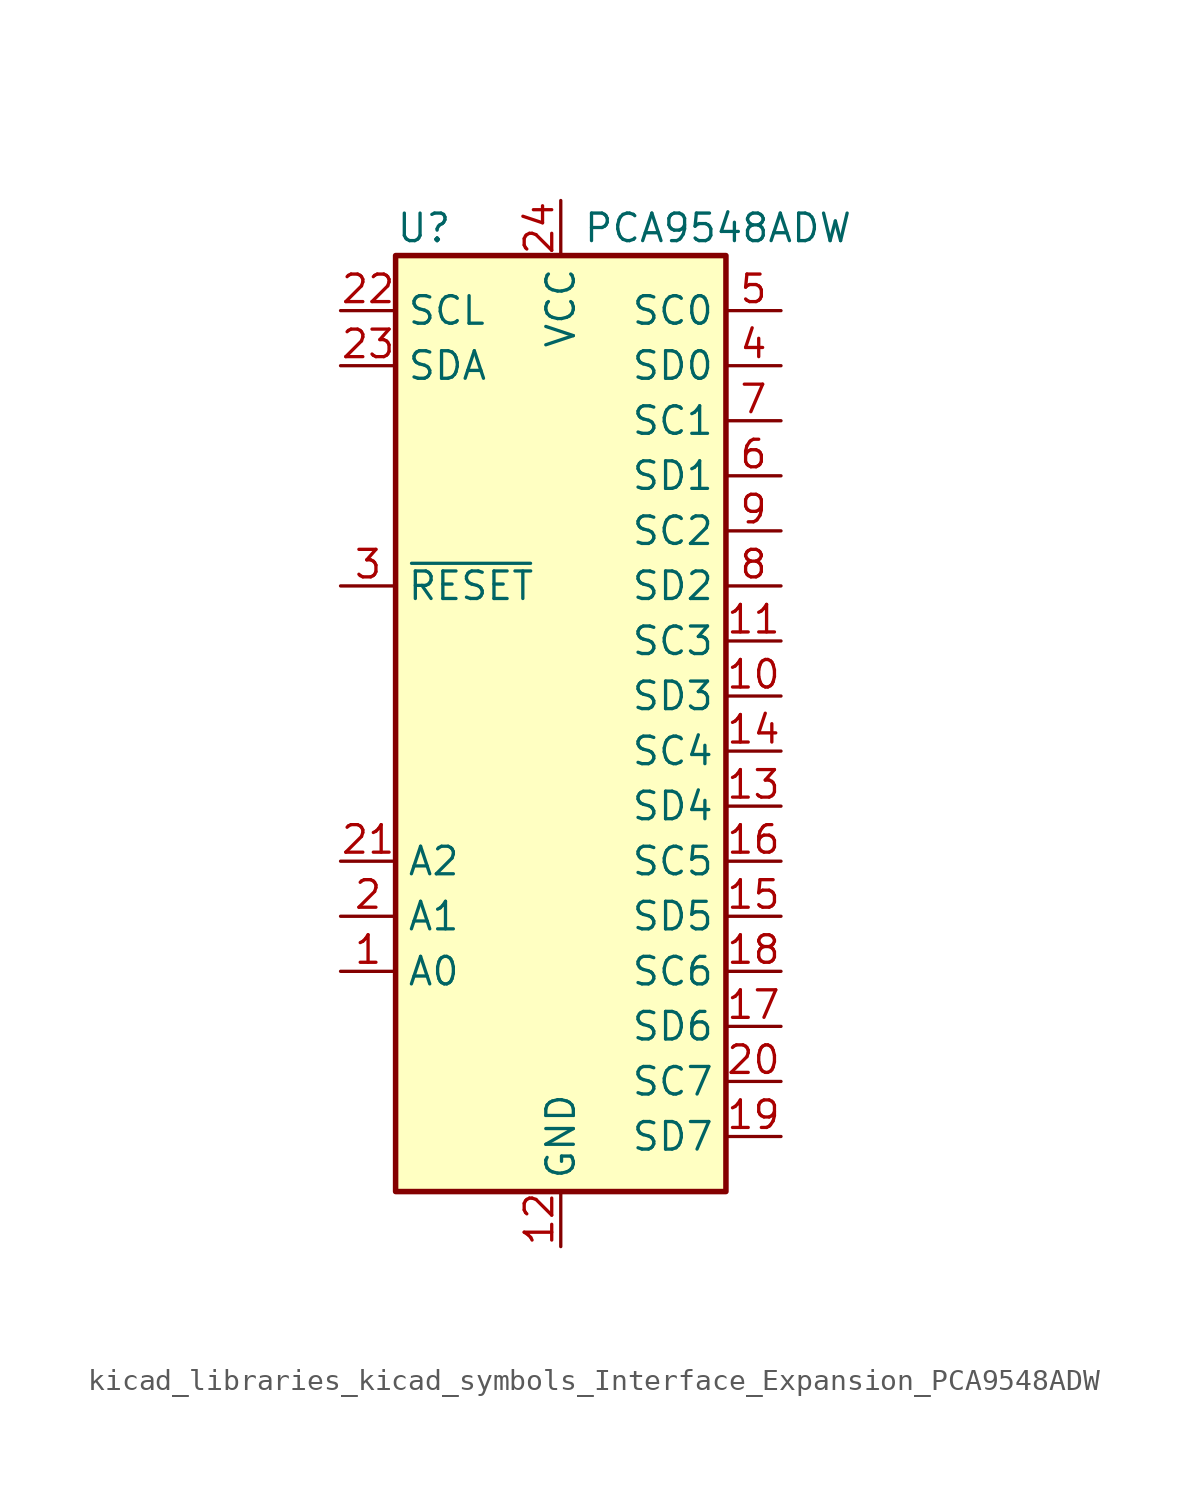
<source format=kicad_sym>
(kicad_symbol_lib
  (version 20220914)
  (generator kicad_symbol_editor)
  (symbol "kicad_libraries_kicad_symbols_Interface_Expansion_PCA9548ADW"
    (property "Reference" "U"
      (at -7.62 21.59 0)
      (effects (font (size 1.27 1.27)) (justify left)))
    (property "Value" "PCA9548ADW"
      (at 1.016 21.59 0)
      (effects (font (size 1.27 1.27)) (justify left)))
    (symbol "kicad_libraries_kicad_symbols_Interface_Expansion_PCA9548ADW_0_1"
      (rectangle (start -7.62 20.32) (end 7.62 -22.86) (stroke (width 0.254) (type default)) (fill (type background))))
    (symbol "kicad_libraries_kicad_symbols_Interface_Expansion_PCA9548ADW_1_1"
      (pin input line (at -10.16 -12.7 0) (length 2.54) (name "A0" (effects (font (size 1.27 1.27)))) (number "1" (effects (font (size 1.27 1.27)))))
      (pin bidirectional line (at 10.16 0 180) (length 2.54) (name "SD3" (effects (font (size 1.27 1.27)))) (number "10" (effects (font (size 1.27 1.27)))))
      (pin output line (at 10.16 2.54 180) (length 2.54) (name "SC3" (effects (font (size 1.27 1.27)))) (number "11" (effects (font (size 1.27 1.27)))))
      (pin power_in line (at 0 -25.4 90) (length 2.54) (name "GND" (effects (font (size 1.27 1.27)))) (number "12" (effects (font (size 1.27 1.27)))))
      (pin bidirectional line (at 10.16 -5.08 180) (length 2.54) (name "SD4" (effects (font (size 1.27 1.27)))) (number "13" (effects (font (size 1.27 1.27)))))
      (pin output line (at 10.16 -2.54 180) (length 2.54) (name "SC4" (effects (font (size 1.27 1.27)))) (number "14" (effects (font (size 1.27 1.27)))))
      (pin bidirectional line (at 10.16 -10.16 180) (length 2.54) (name "SD5" (effects (font (size 1.27 1.27)))) (number "15" (effects (font (size 1.27 1.27)))))
      (pin output line (at 10.16 -7.62 180) (length 2.54) (name "SC5" (effects (font (size 1.27 1.27)))) (number "16" (effects (font (size 1.27 1.27)))))
      (pin bidirectional line (at 10.16 -15.24 180) (length 2.54) (name "SD6" (effects (font (size 1.27 1.27)))) (number "17" (effects (font (size 1.27 1.27)))))
      (pin output line (at 10.16 -12.7 180) (length 2.54) (name "SC6" (effects (font (size 1.27 1.27)))) (number "18" (effects (font (size 1.27 1.27)))))
      (pin bidirectional line (at 10.16 -20.32 180) (length 2.54) (name "SD7" (effects (font (size 1.27 1.27)))) (number "19" (effects (font (size 1.27 1.27)))))
      (pin input line (at -10.16 -10.16 0) (length 2.54) (name "A1" (effects (font (size 1.27 1.27)))) (number "2" (effects (font (size 1.27 1.27)))))
      (pin output line (at 10.16 -17.78 180) (length 2.54) (name "SC7" (effects (font (size 1.27 1.27)))) (number "20" (effects (font (size 1.27 1.27)))))
      (pin input line (at -10.16 -7.62 0) (length 2.54) (name "A2" (effects (font (size 1.27 1.27)))) (number "21" (effects (font (size 1.27 1.27)))))
      (pin input line (at -10.16 17.78 0) (length 2.54) (name "SCL" (effects (font (size 1.27 1.27)))) (number "22" (effects (font (size 1.27 1.27)))))
      (pin bidirectional line (at -10.16 15.24 0) (length 2.54) (name "SDA" (effects (font (size 1.27 1.27)))) (number "23" (effects (font (size 1.27 1.27)))))
      (pin power_in line (at 0 22.86 270) (length 2.54) (name "VCC" (effects (font (size 1.27 1.27)))) (number "24" (effects (font (size 1.27 1.27)))))
      (pin input line (at -10.16 5.08 0) (length 2.54) (name "~{RESET}" (effects (font (size 1.27 1.27)))) (number "3" (effects (font (size 1.27 1.27)))))
      (pin bidirectional line (at 10.16 15.24 180) (length 2.54) (name "SD0" (effects (font (size 1.27 1.27)))) (number "4" (effects (font (size 1.27 1.27)))))
      (pin output line (at 10.16 17.78 180) (length 2.54) (name "SC0" (effects (font (size 1.27 1.27)))) (number "5" (effects (font (size 1.27 1.27)))))
      (pin bidirectional line (at 10.16 10.16 180) (length 2.54) (name "SD1" (effects (font (size 1.27 1.27)))) (number "6" (effects (font (size 1.27 1.27)))))
      (pin output line (at 10.16 12.7 180) (length 2.54) (name "SC1" (effects (font (size 1.27 1.27)))) (number "7" (effects (font (size 1.27 1.27)))))
      (pin bidirectional line (at 10.16 5.08 180) (length 2.54) (name "SD2" (effects (font (size 1.27 1.27)))) (number "8" (effects (font (size 1.27 1.27)))))
      (pin output line (at 10.16 7.62 180) (length 2.54) (name "SC2" (effects (font (size 1.27 1.27)))) (number "9" (effects (font (size 1.27 1.27))))))))
</source>
